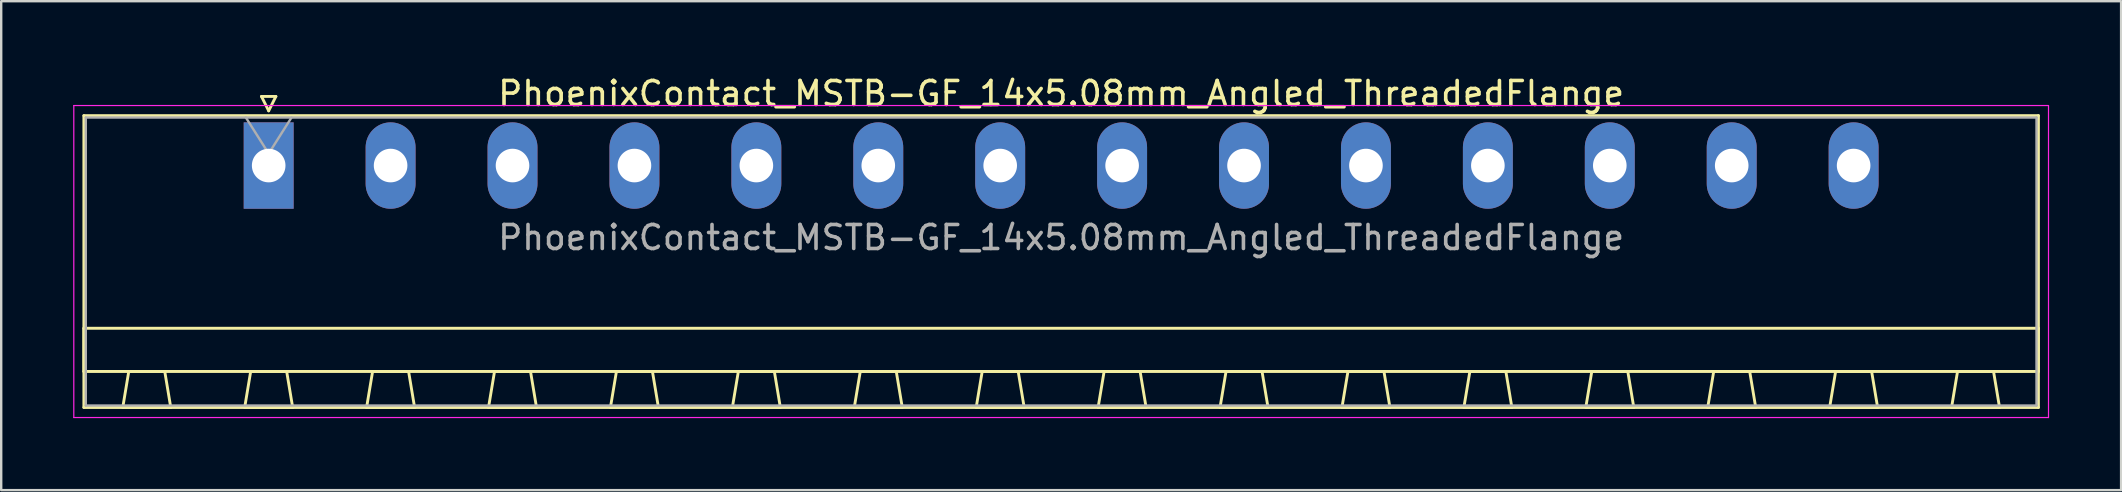
<source format=kicad_pcb>
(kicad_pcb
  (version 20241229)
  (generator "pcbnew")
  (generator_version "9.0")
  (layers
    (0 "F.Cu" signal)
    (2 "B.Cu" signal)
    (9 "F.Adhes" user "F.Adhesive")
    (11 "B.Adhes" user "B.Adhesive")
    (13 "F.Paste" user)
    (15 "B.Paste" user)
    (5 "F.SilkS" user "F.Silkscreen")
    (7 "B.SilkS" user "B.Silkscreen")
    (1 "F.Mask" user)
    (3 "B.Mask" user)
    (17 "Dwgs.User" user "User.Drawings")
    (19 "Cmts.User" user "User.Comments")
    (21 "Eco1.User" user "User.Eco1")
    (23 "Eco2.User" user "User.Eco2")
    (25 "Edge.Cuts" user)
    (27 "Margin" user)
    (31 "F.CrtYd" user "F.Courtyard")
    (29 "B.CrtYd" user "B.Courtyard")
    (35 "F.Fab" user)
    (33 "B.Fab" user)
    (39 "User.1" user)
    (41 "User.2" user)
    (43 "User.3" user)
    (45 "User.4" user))
  (footprint "PhoenixContact_MSTB-GF_14x5.08mm_Angled_ThreadedFlange"
    (layer "F.Cu")
    (at 8.145 3.848)
    (property "Reference" "PhoenixContact_MSTB-GF_14x5.08mm_Angled_ThreadedFlange" (at 33.02 -3 0) (layer "F.SilkS") (effects (font (size 1 1) (thickness 0.15))))
    (attr through_hole)
    (fp_line (start -7.7 -2.08) (end -7.7 10.08) (stroke (width 0.12) (type solid)) (layer "F.SilkS"))
    (fp_line (start -7.7 6.78) (end 73.74 6.78) (stroke (width 0.12) (type solid)) (layer "F.SilkS"))
    (fp_line (start -7.7 8.58) (end -7.7 6.78) (stroke (width 0.12) (type solid)) (layer "F.SilkS"))
    (fp_line (start -7.7 10.08) (end 73.74 10.08) (stroke (width 0.12) (type solid)) (layer "F.SilkS"))
    (fp_line (start -6.08 10.08) (end -4.08 10.08) (stroke (width 0.12) (type solid)) (layer "F.SilkS"))
    (fp_line (start -5.83 8.58) (end -6.08 10.08) (stroke (width 0.12) (type solid)) (layer "F.SilkS"))
    (fp_line (start -4.33 8.58) (end -5.83 8.58) (stroke (width 0.12) (type solid)) (layer "F.SilkS"))
    (fp_line (start -4.08 10.08) (end -4.33 8.58) (stroke (width 0.12) (type solid)) (layer "F.SilkS"))
    (fp_line (start -1 10.08) (end 1 10.08) (stroke (width 0.12) (type solid)) (layer "F.SilkS"))
    (fp_line (start -0.75 8.58) (end -1 10.08) (stroke (width 0.12) (type solid)) (layer "F.SilkS"))
    (fp_line (start -0.3 -2.88) (end 0.3 -2.88) (stroke (width 0.12) (type solid)) (layer "F.SilkS"))
    (fp_line (start 0 -2.28) (end -0.3 -2.88) (stroke (width 0.12) (type solid)) (layer "F.SilkS"))
    (fp_line (start 0.3 -2.88) (end 0 -2.28) (stroke (width 0.12) (type solid)) (layer "F.SilkS"))
    (fp_line (start 0.75 8.58) (end -0.75 8.58) (stroke (width 0.12) (type solid)) (layer "F.SilkS"))
    (fp_line (start 1 10.08) (end 0.75 8.58) (stroke (width 0.12) (type solid)) (layer "F.SilkS"))
    (fp_line (start 4.08 10.08) (end 6.08 10.08) (stroke (width 0.12) (type solid)) (layer "F.SilkS"))
    (fp_line (start 4.33 8.58) (end 4.08 10.08) (stroke (width 0.12) (type solid)) (layer "F.SilkS"))
    (fp_line (start 5.83 8.58) (end 4.33 8.58) (stroke (width 0.12) (type solid)) (layer "F.SilkS"))
    (fp_line (start 6.08 10.08) (end 5.83 8.58) (stroke (width 0.12) (type solid)) (layer "F.SilkS"))
    (fp_line (start 9.16 10.08) (end 11.16 10.08) (stroke (width 0.12) (type solid)) (layer "F.SilkS"))
    (fp_line (start 9.41 8.58) (end 9.16 10.08) (stroke (width 0.12) (type solid)) (layer "F.SilkS"))
    (fp_line (start 10.91 8.58) (end 9.41 8.58) (stroke (width 0.12) (type solid)) (layer "F.SilkS"))
    (fp_line (start 11.16 10.08) (end 10.91 8.58) (stroke (width 0.12) (type solid)) (layer "F.SilkS"))
    (fp_line (start 14.24 10.08) (end 16.24 10.08) (stroke (width 0.12) (type solid)) (layer "F.SilkS"))
    (fp_line (start 14.49 8.58) (end 14.24 10.08) (stroke (width 0.12) (type solid)) (layer "F.SilkS"))
    (fp_line (start 15.99 8.58) (end 14.49 8.58) (stroke (width 0.12) (type solid)) (layer "F.SilkS"))
    (fp_line (start 16.24 10.08) (end 15.99 8.58) (stroke (width 0.12) (type solid)) (layer "F.SilkS"))
    (fp_line (start 19.32 10.08) (end 21.32 10.08) (stroke (width 0.12) (type solid)) (layer "F.SilkS"))
    (fp_line (start 19.57 8.58) (end 19.32 10.08) (stroke (width 0.12) (type solid)) (layer "F.SilkS"))
    (fp_line (start 21.07 8.58) (end 19.57 8.58) (stroke (width 0.12) (type solid)) (layer "F.SilkS"))
    (fp_line (start 21.32 10.08) (end 21.07 8.58) (stroke (width 0.12) (type solid)) (layer "F.SilkS"))
    (fp_line (start 24.4 10.08) (end 26.4 10.08) (stroke (width 0.12) (type solid)) (layer "F.SilkS"))
    (fp_line (start 24.65 8.58) (end 24.4 10.08) (stroke (width 0.12) (type solid)) (layer "F.SilkS"))
    (fp_line (start 26.15 8.58) (end 24.65 8.58) (stroke (width 0.12) (type solid)) (layer "F.SilkS"))
    (fp_line (start 26.4 10.08) (end 26.15 8.58) (stroke (width 0.12) (type solid)) (layer "F.SilkS"))
    (fp_line (start 29.48 10.08) (end 31.48 10.08) (stroke (width 0.12) (type solid)) (layer "F.SilkS"))
    (fp_line (start 29.73 8.58) (end 29.48 10.08) (stroke (width 0.12) (type solid)) (layer "F.SilkS"))
    (fp_line (start 31.23 8.58) (end 29.73 8.58) (stroke (width 0.12) (type solid)) (layer "F.SilkS"))
    (fp_line (start 31.48 10.08) (end 31.23 8.58) (stroke (width 0.12) (type solid)) (layer "F.SilkS"))
    (fp_line (start 34.56 10.08) (end 36.56 10.08) (stroke (width 0.12) (type solid)) (layer "F.SilkS"))
    (fp_line (start 34.81 8.58) (end 34.56 10.08) (stroke (width 0.12) (type solid)) (layer "F.SilkS"))
    (fp_line (start 36.31 8.58) (end 34.81 8.58) (stroke (width 0.12) (type solid)) (layer "F.SilkS"))
    (fp_line (start 36.56 10.08) (end 36.31 8.58) (stroke (width 0.12) (type solid)) (layer "F.SilkS"))
    (fp_line (start 39.64 10.08) (end 41.64 10.08) (stroke (width 0.12) (type solid)) (layer "F.SilkS"))
    (fp_line (start 39.89 8.58) (end 39.64 10.08) (stroke (width 0.12) (type solid)) (layer "F.SilkS"))
    (fp_line (start 41.39 8.58) (end 39.89 8.58) (stroke (width 0.12) (type solid)) (layer "F.SilkS"))
    (fp_line (start 41.64 10.08) (end 41.39 8.58) (stroke (width 0.12) (type solid)) (layer "F.SilkS"))
    (fp_line (start 44.72 10.08) (end 46.72 10.08) (stroke (width 0.12) (type solid)) (layer "F.SilkS"))
    (fp_line (start 44.97 8.58) (end 44.72 10.08) (stroke (width 0.12) (type solid)) (layer "F.SilkS"))
    (fp_line (start 46.47 8.58) (end 44.97 8.58) (stroke (width 0.12) (type solid)) (layer "F.SilkS"))
    (fp_line (start 46.72 10.08) (end 46.47 8.58) (stroke (width 0.12) (type solid)) (layer "F.SilkS"))
    (fp_line (start 49.8 10.08) (end 51.8 10.08) (stroke (width 0.12) (type solid)) (layer "F.SilkS"))
    (fp_line (start 50.05 8.58) (end 49.8 10.08) (stroke (width 0.12) (type solid)) (layer "F.SilkS"))
    (fp_line (start 51.55 8.58) (end 50.05 8.58) (stroke (width 0.12) (type solid)) (layer "F.SilkS"))
    (fp_line (start 51.8 10.08) (end 51.55 8.58) (stroke (width 0.12) (type solid)) (layer "F.SilkS"))
    (fp_line (start 54.88 10.08) (end 56.88 10.08) (stroke (width 0.12) (type solid)) (layer "F.SilkS"))
    (fp_line (start 55.13 8.58) (end 54.88 10.08) (stroke (width 0.12) (type solid)) (layer "F.SilkS"))
    (fp_line (start 56.63 8.58) (end 55.13 8.58) (stroke (width 0.12) (type solid)) (layer "F.SilkS"))
    (fp_line (start 56.88 10.08) (end 56.63 8.58) (stroke (width 0.12) (type solid)) (layer "F.SilkS"))
    (fp_line (start 59.96 10.08) (end 61.96 10.08) (stroke (width 0.12) (type solid)) (layer "F.SilkS"))
    (fp_line (start 60.21 8.58) (end 59.96 10.08) (stroke (width 0.12) (type solid)) (layer "F.SilkS"))
    (fp_line (start 61.71 8.58) (end 60.21 8.58) (stroke (width 0.12) (type solid)) (layer "F.SilkS"))
    (fp_line (start 61.96 10.08) (end 61.71 8.58) (stroke (width 0.12) (type solid)) (layer "F.SilkS"))
    (fp_line (start 65.04 10.08) (end 67.04 10.08) (stroke (width 0.12) (type solid)) (layer "F.SilkS"))
    (fp_line (start 65.29 8.58) (end 65.04 10.08) (stroke (width 0.12) (type solid)) (layer "F.SilkS"))
    (fp_line (start 66.79 8.58) (end 65.29 8.58) (stroke (width 0.12) (type solid)) (layer "F.SilkS"))
    (fp_line (start 67.04 10.08) (end 66.79 8.58) (stroke (width 0.12) (type solid)) (layer "F.SilkS"))
    (fp_line (start 70.12 10.08) (end 72.12 10.08) (stroke (width 0.12) (type solid)) (layer "F.SilkS"))
    (fp_line (start 70.37 8.58) (end 70.12 10.08) (stroke (width 0.12) (type solid)) (layer "F.SilkS"))
    (fp_line (start 71.87 8.58) (end 70.37 8.58) (stroke (width 0.12) (type solid)) (layer "F.SilkS"))
    (fp_line (start 72.12 10.08) (end 71.87 8.58) (stroke (width 0.12) (type solid)) (layer "F.SilkS"))
    (fp_line (start 73.74 -2.08) (end -7.7 -2.08) (stroke (width 0.12) (type solid)) (layer "F.SilkS"))
    (fp_line (start 73.74 6.78) (end 73.74 8.58) (stroke (width 0.12) (type solid)) (layer "F.SilkS"))
    (fp_line (start 73.74 8.58) (end -7.7 8.58) (stroke (width 0.12) (type solid)) (layer "F.SilkS"))
    (fp_line (start 73.74 10.08) (end 73.74 -2.08) (stroke (width 0.12) (type solid)) (layer "F.SilkS"))
    (fp_line (start -8.12 -2.5) (end -8.12 10.5) (stroke (width 0.05) (type solid)) (layer "F.CrtYd"))
    (fp_line (start -8.12 10.5) (end 74.16 10.5) (stroke (width 0.05) (type solid)) (layer "F.CrtYd"))
    (fp_line (start 74.16 -2.5) (end -8.12 -2.5) (stroke (width 0.05) (type solid)) (layer "F.CrtYd"))
    (fp_line (start 74.16 10.5) (end 74.16 -2.5) (stroke (width 0.05) (type solid)) (layer "F.CrtYd"))
    (fp_line (start -7.62 -2) (end -7.62 10) (stroke (width 0.1) (type solid)) (layer "F.Fab"))
    (fp_line (start -7.62 10) (end 73.66 10) (stroke (width 0.1) (type solid)) (layer "F.Fab"))
    (fp_line (start 0 -0.5) (end -0.95 -2) (stroke (width 0.1) (type solid)) (layer "F.Fab"))
    (fp_line (start 0.95 -2) (end 0 -0.5) (stroke (width 0.1) (type solid)) (layer "F.Fab"))
    (fp_line (start 73.66 -2) (end -7.62 -2) (stroke (width 0.1) (type solid)) (layer "F.Fab"))
    (fp_line (start 73.66 10) (end 73.66 -2) (stroke (width 0.1) (type solid)) (layer "F.Fab"))
    (fp_text user "${REFERENCE}" (at 33.02 3 0) (layer "F.Fab") (effects (font (size 1 1) (thickness 0.15))))
    (pad "1" thru_hole rect (at 0 0) (size 2.08 3.6) (drill 1.4) (layers "*.Cu" "*.Mask"))
    (pad "2" thru_hole oval (at 5.08 0) (size 2.08 3.6) (drill 1.4) (layers "*.Cu" "*.Mask"))
    (pad "3" thru_hole oval (at 10.16 0) (size 2.08 3.6) (drill 1.4) (layers "*.Cu" "*.Mask"))
    (pad "4" thru_hole oval (at 15.24 0) (size 2.08 3.6) (drill 1.4) (layers "*.Cu" "*.Mask"))
    (pad "5" thru_hole oval (at 20.32 0) (size 2.08 3.6) (drill 1.4) (layers "*.Cu" "*.Mask"))
    (pad "6" thru_hole oval (at 25.4 0) (size 2.08 3.6) (drill 1.4) (layers "*.Cu" "*.Mask"))
    (pad "7" thru_hole oval (at 30.48 0) (size 2.08 3.6) (drill 1.4) (layers "*.Cu" "*.Mask"))
    (pad "8" thru_hole oval (at 35.56 0) (size 2.08 3.6) (drill 1.4) (layers "*.Cu" "*.Mask"))
    (pad "9" thru_hole oval (at 40.64 0) (size 2.08 3.6) (drill 1.4) (layers "*.Cu" "*.Mask"))
    (pad "10" thru_hole oval (at 45.72 0) (size 2.08 3.6) (drill 1.4) (layers "*.Cu" "*.Mask"))
    (pad "11" thru_hole oval (at 50.8 0) (size 2.08 3.6) (drill 1.4) (layers "*.Cu" "*.Mask"))
    (pad "12" thru_hole oval (at 55.88 0) (size 2.08 3.6) (drill 1.4) (layers "*.Cu" "*.Mask"))
    (pad "13" thru_hole oval (at 60.96 0) (size 2.08 3.6) (drill 1.4) (layers "*.Cu" "*.Mask"))
    (pad "14" thru_hole oval (at 66.04 0) (size 2.08 3.6) (drill 1.4) (layers "*.Cu" "*.Mask")))
  (gr_rect
    (start -3 -3)
    (end 85.33 17.373)
    (stroke (width 0.1) (type default))
    (fill no)
    (layer "Edge.Cuts")))
</source>
